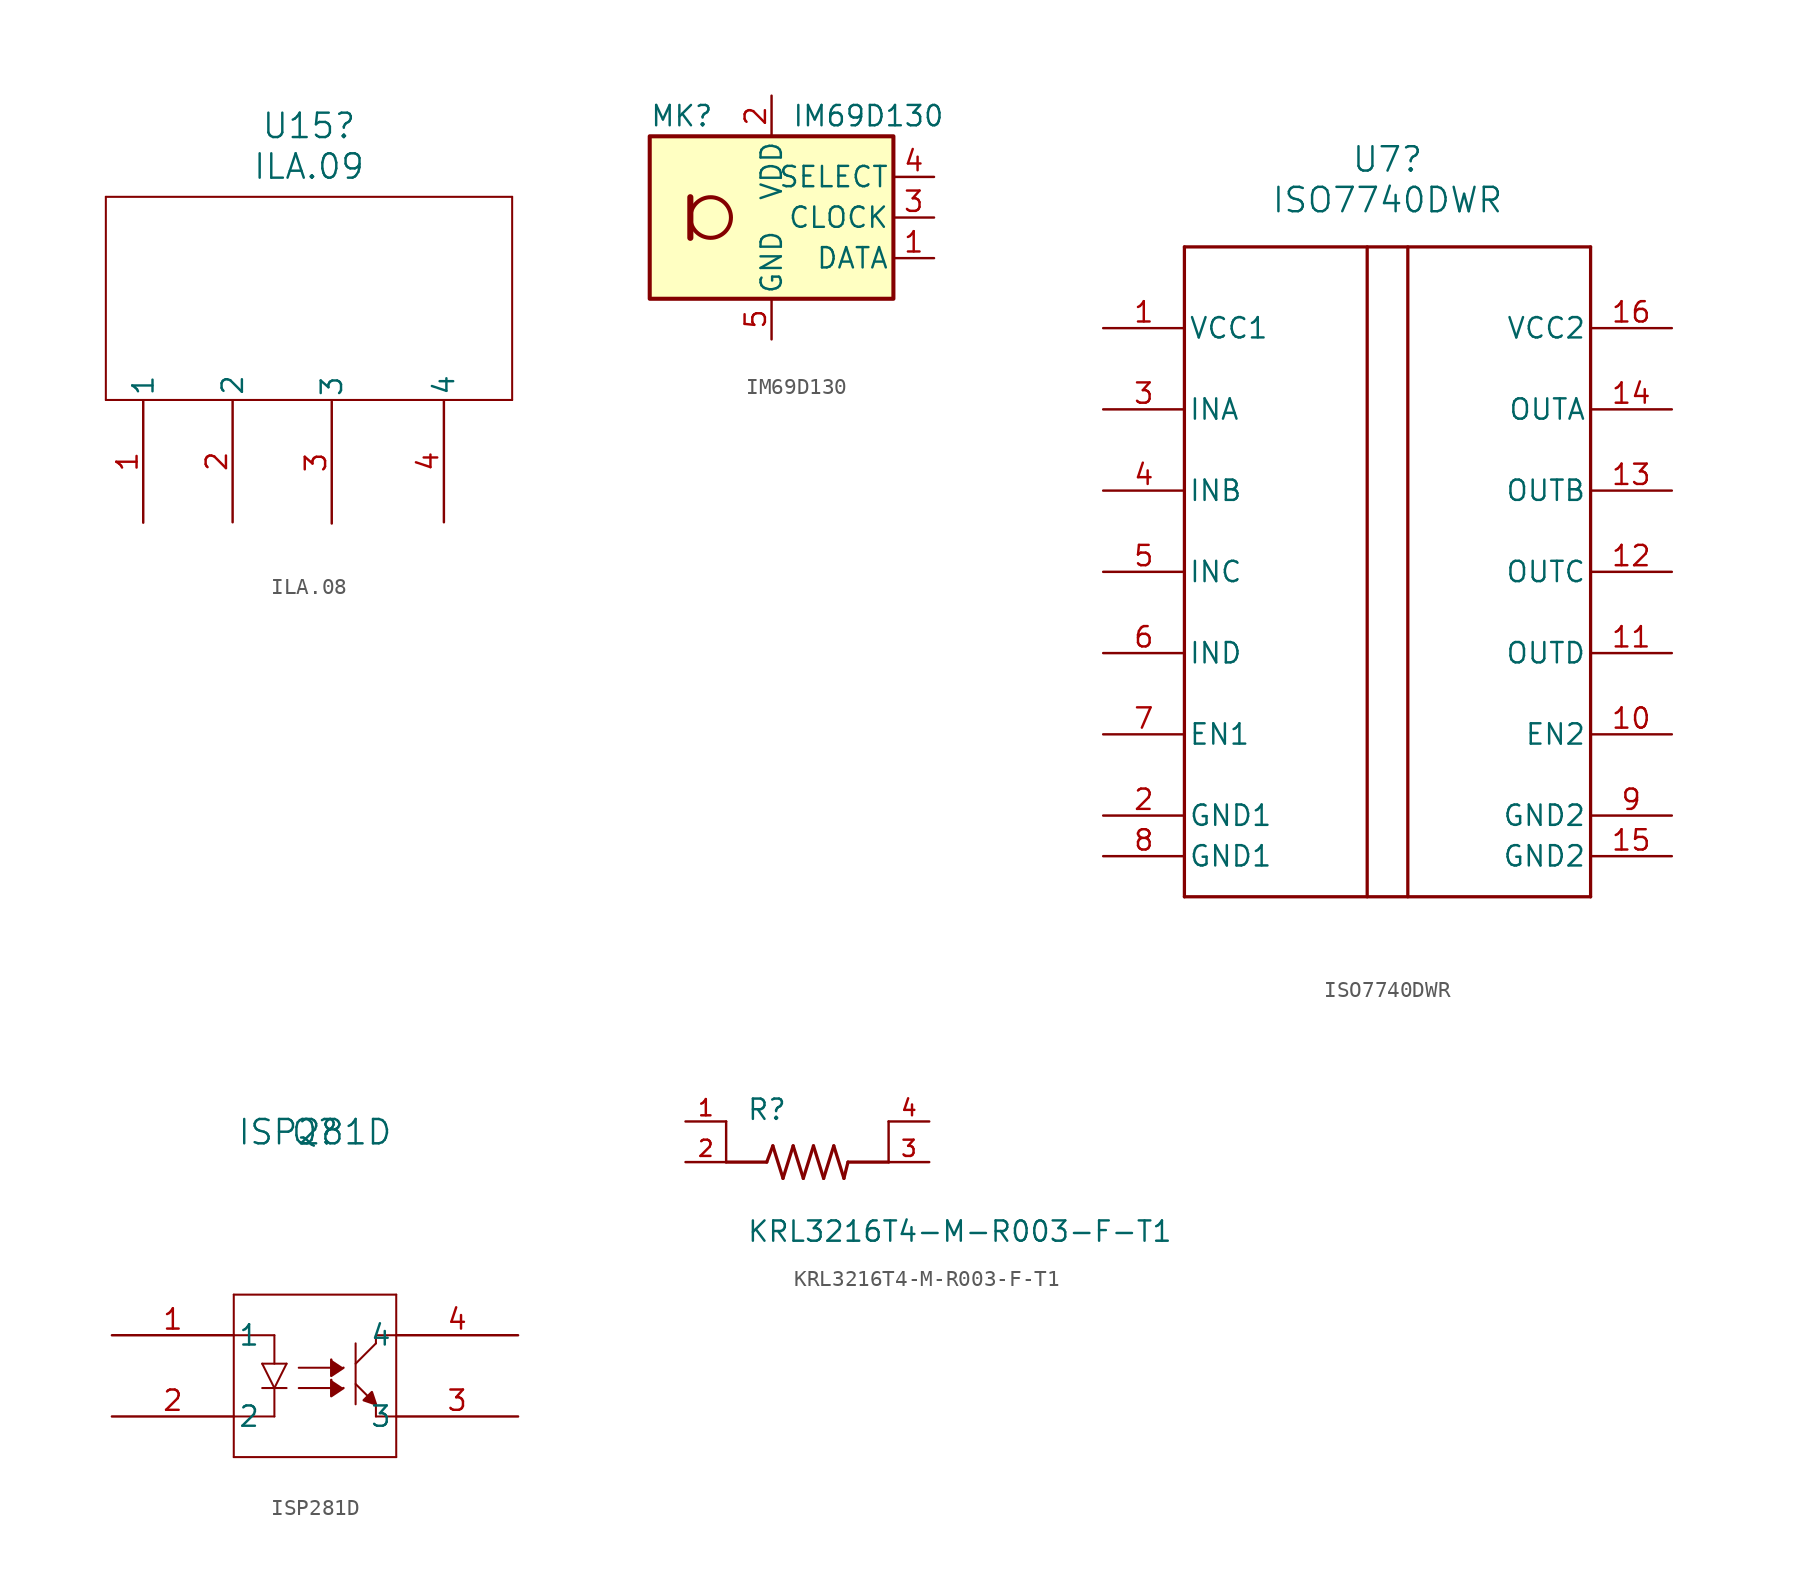
<source format=kicad_sym>
(kicad_symbol_lib
  (version 20231120)
  (generator "kicad_symbol_editor")
  (generator_version "8.0")
  (symbol "ILA.08"
    (pin_names
      (offset 0.254))
    (property "Reference" "U15"
      (at 20.32 9.515 0)
      (effects (font (size 1.524 1.524))))
    (property "Value" "ILA.09"
      (at 20.32 6.975 0)
      (effects (font (size 1.524 1.524))))
    (property "ki_locked" ""
      (at 0 0 0)
      (effects (font (size 1.27 1.27))))
    (symbol "ILA.08_0_1"
      (polyline (pts (xy 7.62 -7.62) (xy 33.02 -7.62)) (stroke (width 0.127) (type default)) (fill (type none)))
      (polyline (pts (xy 7.62 5.08) (xy 7.62 -7.62)) (stroke (width 0.127) (type default)) (fill (type none)))
      (polyline (pts (xy 33.02 -7.62) (xy 33.02 5.08)) (stroke (width 0.127) (type default)) (fill (type none)))
      (polyline (pts (xy 33.02 5.08) (xy 7.62 5.08)) (stroke (width 0.127) (type default)) (fill (type none)))
      (pin unspecified line (at 9.957 -15.291 90) (length 7.62) (name "1" (effects (font (size 1.27 1.27)))) (number "1" (effects (font (size 1.27 1.27)))))
      (pin unspecified line (at 15.545 -15.265 90) (length 7.62) (name "2" (effects (font (size 1.27 1.27)))) (number "2" (effects (font (size 1.27 1.27)))))
      (pin unspecified line (at 21.742 -15.342 90) (length 7.62) (name "3" (effects (font (size 1.27 1.27)))) (number "3" (effects (font (size 1.27 1.27))))))
    (symbol "ILA.08_1_1"
      (pin unspecified line (at 28.753 -15.265 90) (length 7.62) (name "4" (effects (font (size 1.27 1.27)))) (number "4" (effects (font (size 1.27 1.27)))))))
  (symbol "IM69D130"
    (pin_names
      (offset 0.254))
    (property "Reference" "MK"
      (at -7.62 6.35 0)
      (effects (font (size 1.27 1.27)) (justify left)))
    (property "Value" "IM69D130"
      (at 1.27 6.35 0)
      (effects (font (size 1.27 1.27)) (justify left)))
    (symbol "IM69D130_0_1"
      (rectangle (start -7.62 5.08) (end 7.62 -5.08) (stroke (width 0.254) (type default)) (fill (type background)))
      (circle (center -3.81 0) (radius 1.27) (stroke (width 0.254) (type default)) (fill (type none)))
      (polyline (pts (xy -5.08 1.27) (xy -5.08 -1.27)) (stroke (width 0.381) (type default)) (fill (type none))))
    (symbol "IM69D130_1_1"
      (pin output line (at 10.16 -2.54 180) (length 2.54) (name "DATA" (effects (font (size 1.27 1.27)))) (number "1" (effects (font (size 1.27 1.27)))))
      (pin power_in line (at 0 7.62 270) (length 2.54) (name "VDD" (effects (font (size 1.27 1.27)))) (number "2" (effects (font (size 1.27 1.27)))))
      (pin input line (at 10.16 0 180) (length 2.54) (name "CLOCK" (effects (font (size 1.27 1.27)))) (number "3" (effects (font (size 1.27 1.27)))))
      (pin input line (at 10.16 2.54 180) (length 2.54) (name "SELECT" (effects (font (size 1.27 1.27)))) (number "4" (effects (font (size 1.27 1.27)))))
      (pin power_in line (at 0 -7.62 90) (length 2.54) (name "GND" (effects (font (size 1.27 1.27)))) (number "5" (effects (font (size 1.27 1.27)))))))
  (symbol "ISO7740DWR"
    (pin_names
      (offset 0.254))
    (property "Reference" "U7"
      (at 0 25.79 0)
      (effects (font (size 1.524 1.524))))
    (property "Value" "ISO7740DWR"
      (at 0 23.25 0)
      (effects (font (size 1.524 1.524))))
    (property "ki_locked" ""
      (at 0 0 0)
      (effects (font (size 1.27 1.27))))
    (symbol "ISO7740DWR_0_1"
      (polyline (pts (xy -12.7 -20.32) (xy 12.7 -20.32)) (stroke (width 0.203) (type default)) (fill (type none)))
      (polyline (pts (xy -12.7 20.32) (xy -12.7 -20.32)) (stroke (width 0.203) (type default)) (fill (type none)))
      (polyline (pts (xy -1.27 -20.32) (xy -1.27 20.32)) (stroke (width 0.203) (type default)) (fill (type none)))
      (polyline (pts (xy 1.27 -20.32) (xy 1.27 20.32)) (stroke (width 0.203) (type default)) (fill (type none)))
      (polyline (pts (xy 12.7 -20.32) (xy 12.7 20.32)) (stroke (width 0.203) (type default)) (fill (type none)))
      (polyline (pts (xy 12.7 20.32) (xy -12.7 20.32)) (stroke (width 0.203) (type default)) (fill (type none)))
      (pin power_in line (at -17.78 15.24 0) (length 5.08) (name "VCC1" (effects (font (size 1.27 1.27)))) (number "1" (effects (font (size 1.27 1.27)))))
      (pin input line (at 17.78 -10.16 180) (length 5.08) (name "EN2" (effects (font (size 1.27 1.27)))) (number "10" (effects (font (size 1.27 1.27)))))
      (pin tri_state line (at 17.78 -5.08 180) (length 5.08) (name "OUTD" (effects (font (size 1.27 1.27)))) (number "11" (effects (font (size 1.27 1.27)))))
      (pin tri_state line (at 17.78 0 180) (length 5.08) (name "OUTC" (effects (font (size 1.27 1.27)))) (number "12" (effects (font (size 1.27 1.27)))))
      (pin tri_state line (at 17.78 5.08 180) (length 5.08) (name "OUTB" (effects (font (size 1.27 1.27)))) (number "13" (effects (font (size 1.27 1.27)))))
      (pin tri_state line (at 17.78 10.16 180) (length 5.08) (name "OUTA" (effects (font (size 1.27 1.27)))) (number "14" (effects (font (size 1.27 1.27)))))
      (pin power_in line (at 17.78 15.24 180) (length 5.08) (name "VCC2" (effects (font (size 1.27 1.27)))) (number "16" (effects (font (size 1.27 1.27)))))
      (pin input line (at -17.78 10.16 0) (length 5.08) (name "INA" (effects (font (size 1.27 1.27)))) (number "3" (effects (font (size 1.27 1.27)))))
      (pin input line (at -17.78 5.08 0) (length 5.08) (name "INB" (effects (font (size 1.27 1.27)))) (number "4" (effects (font (size 1.27 1.27)))))
      (pin input line (at -17.78 0 0) (length 5.08) (name "INC" (effects (font (size 1.27 1.27)))) (number "5" (effects (font (size 1.27 1.27)))))
      (pin input line (at -17.78 -5.08 0) (length 5.08) (name "IND" (effects (font (size 1.27 1.27)))) (number "6" (effects (font (size 1.27 1.27))))))
    (symbol "ISO7740DWR_1_1"
      (pin bidirectional line (at 17.78 -17.78 180) (length 5.08) (name "GND2" (effects (font (size 1.27 1.27)))) (number "15" (effects (font (size 1.27 1.27)))))
      (pin bidirectional line (at -17.78 -15.24 0) (length 5.08) (name "GND1" (effects (font (size 1.27 1.27)))) (number "2" (effects (font (size 1.27 1.27)))))
      (pin input line (at -17.78 -10.16 0) (length 5.08) (name "EN1" (effects (font (size 1.27 1.27)))) (number "7" (effects (font (size 1.27 1.27)))))
      (pin bidirectional line (at -17.78 -17.78 0) (length 5.08) (name "GND1" (effects (font (size 1.27 1.27)))) (number "8" (effects (font (size 1.27 1.27)))))
      (pin bidirectional line (at 17.78 -15.24 180) (length 5.08) (name "GND2" (effects (font (size 1.27 1.27)))) (number "9" (effects (font (size 1.27 1.27)))))))
  (symbol "ISP281D"
    (pin_names
      (offset 0.254))
    (property "Reference" "Q"
      (at 12.7 12.7 0)
      (effects (font (size 1.524 1.524))))
    (property "Value" "ISP281D"
      (at 12.7 12.7 0)
      (effects (font (size 1.524 1.524))))
    (property "ki_locked" ""
      (at 0 0 0)
      (effects (font (size 1.27 1.27))))
    (symbol "ISP281D_0_1"
      (polyline (pts (xy 7.62 -7.62) (xy 7.62 2.54)) (stroke (width 0.127) (type default)) (fill (type none)))
      (polyline (pts (xy 7.62 -7.62) (xy 17.78 -7.62)) (stroke (width 0.127) (type default)) (fill (type none)))
      (polyline (pts (xy 9.398 -3.302) (xy 10.922 -3.302)) (stroke (width 0.127) (type default)) (fill (type none)))
      (polyline (pts (xy 9.398 -1.778) (xy 10.16 -3.302)) (stroke (width 0.127) (type default)) (fill (type none)))
      (polyline (pts (xy 10.16 -5.08) (xy 7.62 -5.08)) (stroke (width 0.127) (type default)) (fill (type none)))
      (polyline (pts (xy 10.16 -3.302) (xy 10.16 -5.08)) (stroke (width 0.127) (type default)) (fill (type none)))
      (polyline (pts (xy 10.16 -3.302) (xy 10.922 -1.778)) (stroke (width 0.127) (type default)) (fill (type none)))
      (polyline (pts (xy 10.16 0) (xy 7.62 0)) (stroke (width 0.127) (type default)) (fill (type none)))
      (polyline (pts (xy 10.16 0) (xy 10.16 -1.778)) (stroke (width 0.127) (type default)) (fill (type none)))
      (polyline (pts (xy 10.922 -1.778) (xy 9.398 -1.778)) (stroke (width 0.127) (type default)) (fill (type none)))
      (polyline (pts (xy 11.684 -3.302) (xy 13.716 -3.302)) (stroke (width 0.127) (type default)) (fill (type none)))
      (polyline (pts (xy 11.684 -2.032) (xy 13.716 -2.032)) (stroke (width 0.127) (type default)) (fill (type none)))
      (polyline (pts (xy 15.24 -4.318) (xy 15.24 -0.508)) (stroke (width 0.127) (type default)) (fill (type none)))
      (polyline (pts (xy 15.24 -3.048) (xy 16.002 -3.81)) (stroke (width 0.127) (type default)) (fill (type none)))
      (polyline (pts (xy 15.24 -1.778) (xy 16.51 -0.508)) (stroke (width 0.127) (type default)) (fill (type none)))
      (polyline (pts (xy 16.51 -4.318) (xy 16.51 -5.08)) (stroke (width 0.127) (type default)) (fill (type none)))
      (polyline (pts (xy 16.51 -0.508) (xy 16.51 0)) (stroke (width 0.127) (type default)) (fill (type none)))
      (polyline (pts (xy 16.51 0) (xy 17.78 0)) (stroke (width 0.127) (type default)) (fill (type none)))
      (polyline (pts (xy 17.78 -5.08) (xy 16.51 -5.08)) (stroke (width 0.127) (type default)) (fill (type none)))
      (polyline (pts (xy 17.78 2.54) (xy 7.62 2.54)) (stroke (width 0.127) (type default)) (fill (type none)))
      (polyline (pts (xy 17.78 2.54) (xy 17.78 -7.62)) (stroke (width 0.127) (type default)) (fill (type none)))
      (polyline (pts (xy 13.716 -2.794) (xy 13.716 -3.81) (xy 14.478 -3.302)) (stroke (width 0) (type default)) (fill (type outline)))
      (polyline (pts (xy 13.716 -1.524) (xy 13.716 -2.54) (xy 14.478 -2.032)) (stroke (width 0) (type default)) (fill (type outline)))
      (polyline (pts (xy 16.472 -4.311) (xy 15.748 -4.064) (xy 16.256 -3.556) (xy 16.51 -4.318)) (stroke (width 0) (type default)) (fill (type outline)))
      (pin unspecified line (at 0 0 0) (length 7.62) (name "1" (effects (font (size 1.27 1.27)))) (number "1" (effects (font (size 1.27 1.27)))))
      (pin unspecified line (at 0 -5.08 0) (length 7.62) (name "2" (effects (font (size 1.27 1.27)))) (number "2" (effects (font (size 1.27 1.27)))))
      (pin unspecified line (at 25.4 -5.08 180) (length 7.62) (name "3" (effects (font (size 1.27 1.27)))) (number "3" (effects (font (size 1.27 1.27)))))
      (pin unspecified line (at 25.4 0 180) (length 7.62) (name "4" (effects (font (size 1.27 1.27)))) (number "4" (effects (font (size 1.27 1.27)))))))
  (symbol "KRL3216T4-M-R003-F-T1"
    (pin_names
      (offset 1.016))
    (property "Reference" "R"
      (at -3.81 2.54 0)
      (effects (font (size 1.27 1.27)) (justify left bottom)))
    (property "Value" "KRL3216T4-M-R003-F-T1"
      (at -3.81 -5.08 0)
      (effects (font (size 1.27 1.27)) (justify left bottom)))
    (symbol "KRL3216T4-M-R003-F-T1_0_0"
      (polyline (pts (xy -5.08 2.54) (xy -5.08 0)) (stroke (width 0.152) (type default)) (fill (type none)))
      (polyline (pts (xy -2.54 0) (xy -5.08 0)) (stroke (width 0.203) (type default)) (fill (type none)))
      (polyline (pts (xy -2.54 0) (xy -2.159 1.016)) (stroke (width 0.203) (type default)) (fill (type none)))
      (polyline (pts (xy -2.159 1.016) (xy -1.524 -1.016)) (stroke (width 0.203) (type default)) (fill (type none)))
      (polyline (pts (xy -1.524 -1.016) (xy -0.889 1.016)) (stroke (width 0.203) (type default)) (fill (type none)))
      (polyline (pts (xy -0.889 1.016) (xy -0.254 -1.016)) (stroke (width 0.203) (type default)) (fill (type none)))
      (polyline (pts (xy -0.254 -1.016) (xy 0.381 1.016)) (stroke (width 0.203) (type default)) (fill (type none)))
      (polyline (pts (xy 0.381 1.016) (xy 1.016 -1.016)) (stroke (width 0.203) (type default)) (fill (type none)))
      (polyline (pts (xy 1.016 -1.016) (xy 1.651 1.016)) (stroke (width 0.203) (type default)) (fill (type none)))
      (polyline (pts (xy 1.651 1.016) (xy 2.286 -1.016)) (stroke (width 0.203) (type default)) (fill (type none)))
      (polyline (pts (xy 2.286 -1.016) (xy 2.54 0)) (stroke (width 0.203) (type default)) (fill (type none)))
      (polyline (pts (xy 5.08 0) (xy 2.54 0)) (stroke (width 0.203) (type default)) (fill (type none)))
      (polyline (pts (xy 5.08 2.54) (xy 5.08 0)) (stroke (width 0.152) (type default)) (fill (type none)))
      (pin passive line (at -7.62 2.54 0) (length 2.54) (name "~" (effects (font (size 1.016 1.016)))) (number "1" (effects (font (size 1.016 1.016)))))
      (pin passive line (at -7.62 0 0) (length 2.54) (name "~" (effects (font (size 1.016 1.016)))) (number "2" (effects (font (size 1.016 1.016)))))
      (pin passive line (at 7.62 0 180) (length 2.54) (name "~" (effects (font (size 1.016 1.016)))) (number "3" (effects (font (size 1.016 1.016)))))
      (pin passive line (at 7.62 2.54 180) (length 2.54) (name "~" (effects (font (size 1.016 1.016)))) (number "4" (effects (font (size 1.016 1.016))))))))
</source>
